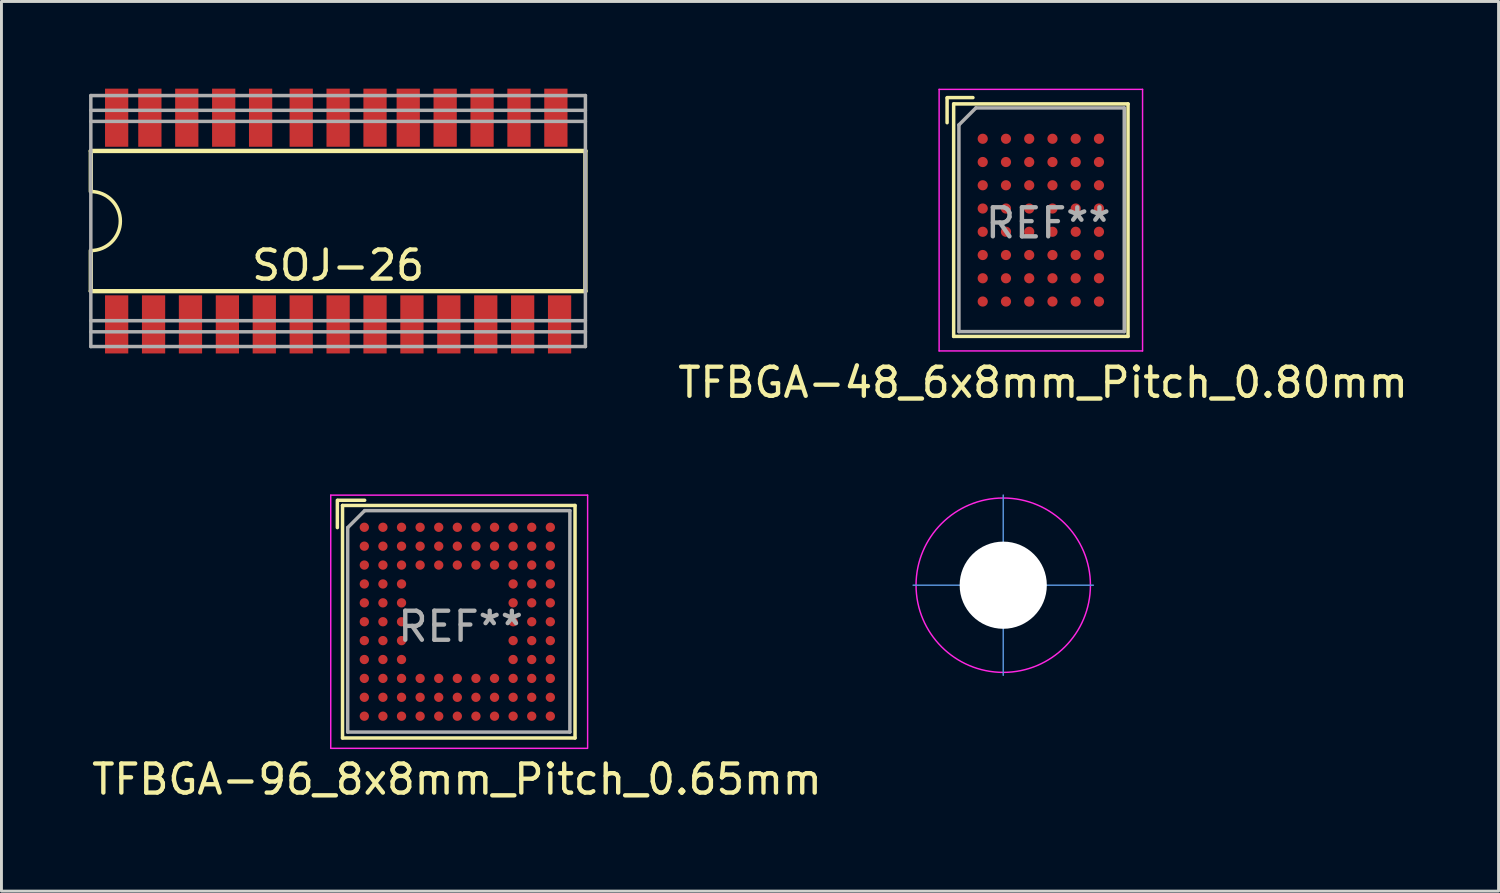
<source format=kicad_pcb>
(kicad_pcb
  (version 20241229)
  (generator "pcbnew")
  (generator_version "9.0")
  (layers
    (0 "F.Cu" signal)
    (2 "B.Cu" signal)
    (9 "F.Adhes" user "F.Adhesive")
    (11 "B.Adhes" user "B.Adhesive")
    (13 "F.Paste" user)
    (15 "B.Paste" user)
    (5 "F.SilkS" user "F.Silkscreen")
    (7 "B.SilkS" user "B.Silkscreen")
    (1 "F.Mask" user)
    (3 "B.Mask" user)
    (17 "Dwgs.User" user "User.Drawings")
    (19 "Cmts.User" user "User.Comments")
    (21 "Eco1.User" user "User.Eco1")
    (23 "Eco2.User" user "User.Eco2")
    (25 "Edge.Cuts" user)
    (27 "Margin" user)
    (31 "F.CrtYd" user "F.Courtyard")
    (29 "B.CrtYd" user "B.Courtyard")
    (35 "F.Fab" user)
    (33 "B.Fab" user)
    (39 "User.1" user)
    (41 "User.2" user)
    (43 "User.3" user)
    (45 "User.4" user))
  (footprint "z_MountNPTH_3.0mm"
    (layer "F.Cu")
    (at 31.47 17.086)
    (property "Reference" "z_MountNPTH_3.0mm" (at 0 0.125 0) (layer "F.Fab") (effects (font (size 0.1 0.1) (thickness 0.01))))
    (attr through_hole)
    (fp_line (start -3.1 0) (end 3.1 0) (stroke (width 0.05) (type solid)) (layer "Cmts.User"))
    (fp_line (start 0 -3.1) (end 0 3.1) (stroke (width 0.05) (type solid)) (layer "Cmts.User"))
    (fp_circle (center 0 0) (end 3 0) (stroke (width 0.05) (type solid)) (fill no) (layer "F.CrtYd"))
    (fp_text user "${REFERENCE}" (at 0 1.85 180) (layer "Eco1.User") (effects (font (size 0.3 0.3) (thickness 0.03))))
    (pad "" np_thru_hole circle (at 0 0) (size 3 3) (drill 3) (layers "*.Cu" "*.Mask")))
  (footprint "TFBGA-96_8x8mm_Pitch_0.65mm"
    (layer "F.Cu")
    (at 12.673 18.33)
    (property "Reference" "TFBGA-96_8x8mm_Pitch_0.65mm" (at 0 5.436 0) (layer "F.SilkS") (effects (font (size 1 1) (thickness 0.15))))
    (attr smd)
    (fp_line (start -4.115 -3.226) (end -4.115 -4.166) (stroke (width 0.12) (type solid)) (layer "F.SilkS"))
    (fp_line (start -3.937 -3.987) (end -3.937 4.013) (stroke (width 0.12) (type solid)) (layer "F.SilkS"))
    (fp_line (start -3.937 -3.987) (end 4.063 -3.987) (stroke (width 0.12) (type solid)) (layer "F.SilkS"))
    (fp_line (start -3.937 4.013) (end 4.063 4.013) (stroke (width 0.12) (type solid)) (layer "F.SilkS"))
    (fp_line (start -3.175 -4.166) (end -4.089 -4.166) (stroke (width 0.12) (type solid)) (layer "F.SilkS"))
    (fp_line (start 4.063 4.013) (end 4.063 -3.987) (stroke (width 0.12) (type solid)) (layer "F.SilkS"))
    (fp_line (start -4.343 -4.343) (end -4.343 4.369) (stroke (width 0.05) (type solid)) (layer "F.CrtYd"))
    (fp_line (start -4.343 4.369) (end 4.496 4.369) (stroke (width 0.05) (type solid)) (layer "F.CrtYd"))
    (fp_line (start 4.496 -4.343) (end -4.343 -4.343) (stroke (width 0.05) (type solid)) (layer "F.CrtYd"))
    (fp_line (start 4.496 4.343) (end 4.496 -4.343) (stroke (width 0.05) (type solid)) (layer "F.CrtYd"))
    (fp_line (start -3.759 -3.226) (end -3.759 3.81) (stroke (width 0.12) (type solid)) (layer "F.Fab"))
    (fp_line (start -3.759 3.81) (end 3.886 3.81) (stroke (width 0.12) (type solid)) (layer "F.Fab"))
    (fp_line (start -3.175 -3.81) (end -3.759 -3.226) (stroke (width 0.12) (type solid)) (layer "F.Fab"))
    (fp_line (start 3.886 -3.81) (end -3.175 -3.81) (stroke (width 0.12) (type solid)) (layer "F.Fab"))
    (fp_line (start 3.886 3.81) (end 3.886 -3.81) (stroke (width 0.12) (type solid)) (layer "F.Fab"))
    (fp_text user "REF**" (at 0.127 0.178 0) (layer "F.Fab") (effects (font (size 1 1) (thickness 0.15))))
    (pad "A1" smd circle (at -3.187 -3.237) (size 0.32 0.32) (layers "F.Cu" "F.Mask" "F.Paste"))
    (pad "A2" smd circle (at -2.547 -3.237) (size 0.32 0.32) (layers "F.Cu" "F.Mask" "F.Paste"))
    (pad "A3" smd circle (at -1.907 -3.237) (size 0.32 0.32) (layers "F.Cu" "F.Mask" "F.Paste"))
    (pad "A4" smd circle (at -1.267 -3.237) (size 0.32 0.32) (layers "F.Cu" "F.Mask" "F.Paste"))
    (pad "A5" smd circle (at -0.627 -3.237) (size 0.32 0.32) (layers "F.Cu" "F.Mask" "F.Paste"))
    (pad "A6" smd circle (at 0.013 -3.237) (size 0.32 0.32) (layers "F.Cu" "F.Mask" "F.Paste"))
    (pad "A7" smd circle (at 0.653 -3.237) (size 0.32 0.32) (layers "F.Cu" "F.Mask" "F.Paste"))
    (pad "A8" smd circle (at 1.293 -3.237) (size 0.32 0.32) (layers "F.Cu" "F.Mask" "F.Paste"))
    (pad "A9" smd circle (at 1.933 -3.237) (size 0.32 0.32) (layers "F.Cu" "F.Mask" "F.Paste"))
    (pad "A10" smd circle (at 2.573 -3.237) (size 0.32 0.32) (layers "F.Cu" "F.Mask" "F.Paste"))
    (pad "A11" smd circle (at 3.213 -3.237) (size 0.32 0.32) (layers "F.Cu" "F.Mask" "F.Paste"))
    (pad "B1" smd circle (at -3.187 -2.587) (size 0.32 0.32) (layers "F.Cu" "F.Mask" "F.Paste"))
    (pad "B2" smd circle (at -2.547 -2.587) (size 0.32 0.32) (layers "F.Cu" "F.Mask" "F.Paste"))
    (pad "B3" smd circle (at -1.907 -2.587) (size 0.32 0.32) (layers "F.Cu" "F.Mask" "F.Paste"))
    (pad "B4" smd circle (at -1.267 -2.587) (size 0.32 0.32) (layers "F.Cu" "F.Mask" "F.Paste"))
    (pad "B5" smd circle (at -0.627 -2.587) (size 0.32 0.32) (layers "F.Cu" "F.Mask" "F.Paste"))
    (pad "B6" smd circle (at 0.013 -2.587) (size 0.32 0.32) (layers "F.Cu" "F.Mask" "F.Paste"))
    (pad "B7" smd circle (at 0.653 -2.587) (size 0.32 0.32) (layers "F.Cu" "F.Mask" "F.Paste"))
    (pad "B8" smd circle (at 1.293 -2.587) (size 0.32 0.32) (layers "F.Cu" "F.Mask" "F.Paste"))
    (pad "B9" smd circle (at 1.933 -2.587) (size 0.32 0.32) (layers "F.Cu" "F.Mask" "F.Paste"))
    (pad "B10" smd circle (at 2.573 -2.587) (size 0.32 0.32) (layers "F.Cu" "F.Mask" "F.Paste"))
    (pad "B11" smd circle (at 3.213 -2.587) (size 0.32 0.32) (layers "F.Cu" "F.Mask" "F.Paste"))
    (pad "C1" smd circle (at -3.187 -1.937) (size 0.32 0.32) (layers "F.Cu" "F.Mask" "F.Paste"))
    (pad "C2" smd circle (at -2.547 -1.937) (size 0.32 0.32) (layers "F.Cu" "F.Mask" "F.Paste"))
    (pad "C3" smd circle (at -1.907 -1.937) (size 0.32 0.32) (layers "F.Cu" "F.Mask" "F.Paste"))
    (pad "C4" smd circle (at -1.267 -1.937) (size 0.32 0.32) (layers "F.Cu" "F.Mask" "F.Paste"))
    (pad "C5" smd circle (at -0.627 -1.937) (size 0.32 0.32) (layers "F.Cu" "F.Mask" "F.Paste"))
    (pad "C6" smd circle (at 0.013 -1.937) (size 0.32 0.32) (layers "F.Cu" "F.Mask" "F.Paste"))
    (pad "C7" smd circle (at 0.653 -1.937) (size 0.32 0.32) (layers "F.Cu" "F.Mask" "F.Paste"))
    (pad "C8" smd circle (at 1.293 -1.937) (size 0.32 0.32) (layers "F.Cu" "F.Mask" "F.Paste"))
    (pad "C9" smd circle (at 1.933 -1.937) (size 0.32 0.32) (layers "F.Cu" "F.Mask" "F.Paste"))
    (pad "C10" smd circle (at 2.573 -1.937) (size 0.32 0.32) (layers "F.Cu" "F.Mask" "F.Paste"))
    (pad "C11" smd circle (at 3.213 -1.937) (size 0.32 0.32) (layers "F.Cu" "F.Mask" "F.Paste"))
    (pad "D1" smd circle (at -3.187 -1.287) (size 0.32 0.32) (layers "F.Cu" "F.Mask" "F.Paste"))
    (pad "D2" smd circle (at -2.547 -1.287) (size 0.32 0.32) (layers "F.Cu" "F.Mask" "F.Paste"))
    (pad "D3" smd circle (at -1.907 -1.287) (size 0.32 0.32) (layers "F.Cu" "F.Mask" "F.Paste"))
    (pad "D9" smd circle (at 1.933 -1.287) (size 0.32 0.32) (layers "F.Cu" "F.Mask" "F.Paste"))
    (pad "D10" smd circle (at 2.573 -1.287) (size 0.32 0.32) (layers "F.Cu" "F.Mask" "F.Paste"))
    (pad "D11" smd circle (at 3.213 -1.287) (size 0.32 0.32) (layers "F.Cu" "F.Mask" "F.Paste"))
    (pad "E1" smd circle (at -3.187 -0.637) (size 0.32 0.32) (layers "F.Cu" "F.Mask" "F.Paste"))
    (pad "E2" smd circle (at -2.547 -0.637) (size 0.32 0.32) (layers "F.Cu" "F.Mask" "F.Paste"))
    (pad "E3" smd circle (at -1.907 -0.637) (size 0.32 0.32) (layers "F.Cu" "F.Mask" "F.Paste"))
    (pad "E9" smd circle (at 1.933 -0.637) (size 0.32 0.32) (layers "F.Cu" "F.Mask" "F.Paste"))
    (pad "E10" smd circle (at 2.573 -0.637) (size 0.32 0.32) (layers "F.Cu" "F.Mask" "F.Paste"))
    (pad "E11" smd circle (at 3.213 -0.637) (size 0.32 0.32) (layers "F.Cu" "F.Mask" "F.Paste"))
    (pad "F1" smd circle (at -3.187 0.013) (size 0.32 0.32) (layers "F.Cu" "F.Mask" "F.Paste"))
    (pad "F2" smd circle (at -2.547 0.013) (size 0.32 0.32) (layers "F.Cu" "F.Mask" "F.Paste"))
    (pad "F3" smd circle (at -1.907 0.013) (size 0.32 0.32) (layers "F.Cu" "F.Mask" "F.Paste"))
    (pad "F9" smd circle (at 1.933 0.013) (size 0.32 0.32) (layers "F.Cu" "F.Mask" "F.Paste"))
    (pad "F10" smd circle (at 2.573 0.013) (size 0.32 0.32) (layers "F.Cu" "F.Mask" "F.Paste"))
    (pad "F11" smd circle (at 3.213 0.013) (size 0.32 0.32) (layers "F.Cu" "F.Mask" "F.Paste"))
    (pad "G1" smd circle (at -3.187 0.663) (size 0.32 0.32) (layers "F.Cu" "F.Mask" "F.Paste"))
    (pad "G2" smd circle (at -2.547 0.663) (size 0.32 0.32) (layers "F.Cu" "F.Mask" "F.Paste"))
    (pad "G3" smd circle (at -1.907 0.663) (size 0.32 0.32) (layers "F.Cu" "F.Mask" "F.Paste"))
    (pad "G9" smd circle (at 1.933 0.663) (size 0.32 0.32) (layers "F.Cu" "F.Mask" "F.Paste"))
    (pad "G10" smd circle (at 2.573 0.663) (size 0.32 0.32) (layers "F.Cu" "F.Mask" "F.Paste"))
    (pad "G11" smd circle (at 3.213 0.663) (size 0.32 0.32) (layers "F.Cu" "F.Mask" "F.Paste"))
    (pad "H1" smd circle (at -3.187 1.313) (size 0.32 0.32) (layers "F.Cu" "F.Mask" "F.Paste"))
    (pad "H2" smd circle (at -2.547 1.313) (size 0.32 0.32) (layers "F.Cu" "F.Mask" "F.Paste"))
    (pad "H3" smd circle (at -1.907 1.313) (size 0.32 0.32) (layers "F.Cu" "F.Mask" "F.Paste"))
    (pad "H9" smd circle (at 1.933 1.313) (size 0.32 0.32) (layers "F.Cu" "F.Mask" "F.Paste"))
    (pad "H10" smd circle (at 2.573 1.313) (size 0.32 0.32) (layers "F.Cu" "F.Mask" "F.Paste"))
    (pad "H11" smd circle (at 3.213 1.313) (size 0.32 0.32) (layers "F.Cu" "F.Mask" "F.Paste"))
    (pad "J1" smd circle (at -3.187 1.963) (size 0.32 0.32) (layers "F.Cu" "F.Mask" "F.Paste"))
    (pad "J2" smd circle (at -2.547 1.963) (size 0.32 0.32) (layers "F.Cu" "F.Mask" "F.Paste"))
    (pad "J3" smd circle (at -1.907 1.963) (size 0.32 0.32) (layers "F.Cu" "F.Mask" "F.Paste"))
    (pad "J4" smd circle (at -1.267 1.963) (size 0.32 0.32) (layers "F.Cu" "F.Mask" "F.Paste"))
    (pad "J5" smd circle (at -0.627 1.963) (size 0.32 0.32) (layers "F.Cu" "F.Mask" "F.Paste"))
    (pad "J6" smd circle (at 0.013 1.963) (size 0.32 0.32) (layers "F.Cu" "F.Mask" "F.Paste"))
    (pad "J7" smd circle (at 0.653 1.963) (size 0.32 0.32) (layers "F.Cu" "F.Mask" "F.Paste"))
    (pad "J8" smd circle (at 1.293 1.963) (size 0.32 0.32) (layers "F.Cu" "F.Mask" "F.Paste"))
    (pad "J9" smd circle (at 1.933 1.963) (size 0.32 0.32) (layers "F.Cu" "F.Mask" "F.Paste"))
    (pad "J10" smd circle (at 2.573 1.963) (size 0.32 0.32) (layers "F.Cu" "F.Mask" "F.Paste"))
    (pad "J11" smd circle (at 3.213 1.963) (size 0.32 0.32) (layers "F.Cu" "F.Mask" "F.Paste"))
    (pad "K1" smd circle (at -3.187 2.613) (size 0.32 0.32) (layers "F.Cu" "F.Mask" "F.Paste"))
    (pad "K2" smd circle (at -2.547 2.613) (size 0.32 0.32) (layers "F.Cu" "F.Mask" "F.Paste"))
    (pad "K3" smd circle (at -1.907 2.613) (size 0.32 0.32) (layers "F.Cu" "F.Mask" "F.Paste"))
    (pad "K4" smd circle (at -1.267 2.613) (size 0.32 0.32) (layers "F.Cu" "F.Mask" "F.Paste"))
    (pad "K5" smd circle (at -0.627 2.613) (size 0.32 0.32) (layers "F.Cu" "F.Mask" "F.Paste"))
    (pad "K6" smd circle (at 0.013 2.613) (size 0.32 0.32) (layers "F.Cu" "F.Mask" "F.Paste"))
    (pad "K7" smd circle (at 0.653 2.613) (size 0.32 0.32) (layers "F.Cu" "F.Mask" "F.Paste"))
    (pad "K8" smd circle (at 1.293 2.613) (size 0.32 0.32) (layers "F.Cu" "F.Mask" "F.Paste"))
    (pad "K9" smd circle (at 1.933 2.613) (size 0.32 0.32) (layers "F.Cu" "F.Mask" "F.Paste"))
    (pad "K10" smd circle (at 2.573 2.613) (size 0.32 0.32) (layers "F.Cu" "F.Mask" "F.Paste"))
    (pad "K11" smd circle (at 3.213 2.613) (size 0.32 0.32) (layers "F.Cu" "F.Mask" "F.Paste"))
    (pad "L1" smd circle (at -3.187 3.263) (size 0.32 0.32) (layers "F.Cu" "F.Mask" "F.Paste"))
    (pad "L2" smd circle (at -2.547 3.263) (size 0.32 0.32) (layers "F.Cu" "F.Mask" "F.Paste"))
    (pad "L3" smd circle (at -1.907 3.263) (size 0.32 0.32) (layers "F.Cu" "F.Mask" "F.Paste"))
    (pad "L4" smd circle (at -1.267 3.263) (size 0.32 0.32) (layers "F.Cu" "F.Mask" "F.Paste"))
    (pad "L5" smd circle (at -0.627 3.263) (size 0.32 0.32) (layers "F.Cu" "F.Mask" "F.Paste"))
    (pad "L6" smd circle (at 0.013 3.263) (size 0.32 0.32) (layers "F.Cu" "F.Mask" "F.Paste"))
    (pad "L7" smd circle (at 0.653 3.263) (size 0.32 0.32) (layers "F.Cu" "F.Mask" "F.Paste"))
    (pad "L8" smd circle (at 1.293 3.263) (size 0.32 0.32) (layers "F.Cu" "F.Mask" "F.Paste"))
    (pad "L9" smd circle (at 1.933 3.263) (size 0.32 0.32) (layers "F.Cu" "F.Mask" "F.Paste"))
    (pad "L10" smd circle (at 2.573 3.263) (size 0.32 0.32) (layers "F.Cu" "F.Mask" "F.Paste"))
    (pad "L11" smd circle (at 3.213 3.263) (size 0.32 0.32) (layers "F.Cu" "F.Mask" "F.Paste")))
  (footprint "TFBGA-48_6x8mm_Pitch_0.80mm"
    (layer "F.Cu")
    (at 32.764 4.525)
    (property "Reference" "TFBGA-48_6x8mm_Pitch_0.80mm" (at 0.076 5.588 0) (layer "F.SilkS") (effects (font (size 1 1) (thickness 0.15))))
    (attr smd)
    (fp_line (start -3.226 -4.216) (end -2.337 -4.216) (stroke (width 0.12) (type solid)) (layer "F.SilkS"))
    (fp_line (start -3.226 -3.353) (end -3.226 -4.191) (stroke (width 0.12) (type solid)) (layer "F.SilkS"))
    (fp_line (start -3 -4) (end 3 -4) (stroke (width 0.12) (type solid)) (layer "F.SilkS"))
    (fp_line (start -3 4) (end -3 -4) (stroke (width 0.12) (type solid)) (layer "F.SilkS"))
    (fp_line (start -3 4) (end 3 4) (stroke (width 0.12) (type solid)) (layer "F.SilkS"))
    (fp_line (start 3 4) (end 3 -4) (stroke (width 0.12) (type solid)) (layer "F.SilkS"))
    (fp_line (start -3.5 -4.5) (end -3.5 4.5) (stroke (width 0.05) (type solid)) (layer "F.CrtYd"))
    (fp_line (start -3.5 4.5) (end 3.5 4.5) (stroke (width 0.05) (type solid)) (layer "F.CrtYd"))
    (fp_line (start 3.5 -4.5) (end -3.5 -4.5) (stroke (width 0.05) (type solid)) (layer "F.CrtYd"))
    (fp_line (start 3.5 4.5) (end 3.5 -4.5) (stroke (width 0.05) (type solid)) (layer "F.CrtYd"))
    (fp_line (start -2.819 -3.277) (end -2.819 3.835) (stroke (width 0.12) (type solid)) (layer "F.Fab"))
    (fp_line (start -2.819 3.835) (end 2.87 3.835) (stroke (width 0.12) (type solid)) (layer "F.Fab"))
    (fp_line (start -2.235 -3.861) (end -2.819 -3.277) (stroke (width 0.12) (type solid)) (layer "F.Fab"))
    (fp_line (start 2.87 -3.861) (end -2.235 -3.861) (stroke (width 0.12) (type solid)) (layer "F.Fab"))
    (fp_line (start 2.87 3.835) (end 2.87 -3.861) (stroke (width 0.12) (type solid)) (layer "F.Fab"))
    (fp_text user "REF**" (at 0.254 0.102 0) (layer "F.Fab") (effects (font (size 1 1) (thickness 0.15))))
    (pad "A1" smd circle (at -2 -2.8) (size 0.35 0.35) (layers "F.Cu" "F.Mask" "F.Paste"))
    (pad "A2" smd circle (at -1.2 -2.8) (size 0.35 0.35) (layers "F.Cu" "F.Mask" "F.Paste"))
    (pad "A3" smd circle (at -0.4 -2.8) (size 0.35 0.35) (layers "F.Cu" "F.Mask" "F.Paste"))
    (pad "A4" smd circle (at 0.4 -2.8) (size 0.35 0.35) (layers "F.Cu" "F.Mask" "F.Paste"))
    (pad "A5" smd circle (at 1.2 -2.8) (size 0.35 0.35) (layers "F.Cu" "F.Mask" "F.Paste"))
    (pad "A6" smd circle (at 2 -2.8) (size 0.35 0.35) (layers "F.Cu" "F.Mask" "F.Paste"))
    (pad "B1" smd circle (at -2 -2) (size 0.35 0.35) (layers "F.Cu" "F.Mask" "F.Paste"))
    (pad "B2" smd circle (at -1.2 -2) (size 0.35 0.35) (layers "F.Cu" "F.Mask" "F.Paste"))
    (pad "B3" smd circle (at -0.4 -2) (size 0.35 0.35) (layers "F.Cu" "F.Mask" "F.Paste"))
    (pad "B4" smd circle (at 0.4 -2) (size 0.35 0.35) (layers "F.Cu" "F.Mask" "F.Paste"))
    (pad "B5" smd circle (at 1.2 -2) (size 0.35 0.35) (layers "F.Cu" "F.Mask" "F.Paste"))
    (pad "B6" smd circle (at 2 -2) (size 0.35 0.35) (layers "F.Cu" "F.Mask" "F.Paste"))
    (pad "C1" smd circle (at -2 -1.2) (size 0.35 0.35) (layers "F.Cu" "F.Mask" "F.Paste"))
    (pad "C2" smd circle (at -1.2 -1.2) (size 0.35 0.35) (layers "F.Cu" "F.Mask" "F.Paste"))
    (pad "C3" smd circle (at -0.4 -1.2) (size 0.35 0.35) (layers "F.Cu" "F.Mask" "F.Paste"))
    (pad "C4" smd circle (at 0.4 -1.2) (size 0.35 0.35) (layers "F.Cu" "F.Mask" "F.Paste"))
    (pad "C5" smd circle (at 1.2 -1.2) (size 0.35 0.35) (layers "F.Cu" "F.Mask" "F.Paste"))
    (pad "C6" smd circle (at 2 -1.2) (size 0.35 0.35) (layers "F.Cu" "F.Mask" "F.Paste"))
    (pad "D1" smd circle (at -2 -0.4) (size 0.35 0.35) (layers "F.Cu" "F.Mask" "F.Paste"))
    (pad "D2" smd circle (at -1.2 -0.4) (size 0.35 0.35) (layers "F.Cu" "F.Mask" "F.Paste"))
    (pad "D3" smd circle (at -0.4 -0.4) (size 0.35 0.35) (layers "F.Cu" "F.Mask" "F.Paste"))
    (pad "D4" smd circle (at 0.4 -0.4) (size 0.35 0.35) (layers "F.Cu" "F.Mask" "F.Paste"))
    (pad "D5" smd circle (at 1.2 -0.4) (size 0.35 0.35) (layers "F.Cu" "F.Mask" "F.Paste"))
    (pad "D6" smd circle (at 2 -0.4) (size 0.35 0.35) (layers "F.Cu" "F.Mask" "F.Paste"))
    (pad "E1" smd circle (at -2 0.4) (size 0.35 0.35) (layers "F.Cu" "F.Mask" "F.Paste"))
    (pad "E2" smd circle (at -1.2 0.4) (size 0.35 0.35) (layers "F.Cu" "F.Mask" "F.Paste"))
    (pad "E3" smd circle (at -0.4 0.4) (size 0.35 0.35) (layers "F.Cu" "F.Mask" "F.Paste"))
    (pad "E4" smd circle (at 0.4 0.4) (size 0.35 0.35) (layers "F.Cu" "F.Mask" "F.Paste"))
    (pad "E5" smd circle (at 1.2 0.4) (size 0.35 0.35) (layers "F.Cu" "F.Mask" "F.Paste"))
    (pad "E6" smd circle (at 2 0.4) (size 0.35 0.35) (layers "F.Cu" "F.Mask" "F.Paste"))
    (pad "F1" smd circle (at -2 1.2) (size 0.35 0.35) (layers "F.Cu" "F.Mask" "F.Paste"))
    (pad "F2" smd circle (at -1.2 1.2) (size 0.35 0.35) (layers "F.Cu" "F.Mask" "F.Paste"))
    (pad "F3" smd circle (at -0.4 1.2) (size 0.35 0.35) (layers "F.Cu" "F.Mask" "F.Paste"))
    (pad "F4" smd circle (at 0.4 1.2) (size 0.35 0.35) (layers "F.Cu" "F.Mask" "F.Paste"))
    (pad "F5" smd circle (at 1.2 1.2) (size 0.35 0.35) (layers "F.Cu" "F.Mask" "F.Paste"))
    (pad "F6" smd circle (at 2 1.2) (size 0.35 0.35) (layers "F.Cu" "F.Mask" "F.Paste"))
    (pad "G1" smd circle (at -2 2) (size 0.35 0.35) (layers "F.Cu" "F.Mask" "F.Paste"))
    (pad "G2" smd circle (at -1.2 2) (size 0.35 0.35) (layers "F.Cu" "F.Mask" "F.Paste"))
    (pad "G3" smd circle (at -0.4 2) (size 0.35 0.35) (layers "F.Cu" "F.Mask" "F.Paste"))
    (pad "G4" smd circle (at 0.4 2) (size 0.35 0.35) (layers "F.Cu" "F.Mask" "F.Paste"))
    (pad "G5" smd circle (at 1.2 2) (size 0.35 0.35) (layers "F.Cu" "F.Mask" "F.Paste"))
    (pad "G6" smd circle (at 2 2) (size 0.35 0.35) (layers "F.Cu" "F.Mask" "F.Paste"))
    (pad "H1" smd circle (at -2 2.8) (size 0.35 0.35) (layers "F.Cu" "F.Mask" "F.Paste"))
    (pad "H2" smd circle (at -1.2 2.8) (size 0.35 0.35) (layers "F.Cu" "F.Mask" "F.Paste"))
    (pad "H3" smd circle (at -0.4 2.8) (size 0.35 0.35) (layers "F.Cu" "F.Mask" "F.Paste"))
    (pad "H4" smd circle (at 0.4 2.8) (size 0.35 0.35) (layers "F.Cu" "F.Mask" "F.Paste"))
    (pad "H5" smd circle (at 1.2 2.8) (size 0.35 0.35) (layers "F.Cu" "F.Mask" "F.Paste"))
    (pad "H6" smd circle (at 2 2.8) (size 0.35 0.35) (layers "F.Cu" "F.Mask" "F.Paste")))
  (footprint "SOJ-26"
    (layer "F.Cu")
    (at 8.584 4.556)
    (property "Reference" "SOJ-26" (at 0 1.524 0) (layer "F.SilkS") (effects (font (size 1 1) (thickness 0.15))))
    (attr smd)
    (fp_line (start -8.509 -2.413) (end 8.509 -2.413) (stroke (width 0.15) (type solid)) (layer "F.SilkS"))
    (fp_line (start -8.509 -1.016) (end -8.509 -2.413) (stroke (width 0.15) (type solid)) (layer "F.SilkS"))
    (fp_line (start -8.509 2.413) (end -8.509 1.016) (stroke (width 0.15) (type solid)) (layer "F.SilkS"))
    (fp_line (start 8.509 -2.413) (end 8.509 2.413) (stroke (width 0.15) (type solid)) (layer "F.SilkS"))
    (fp_line (start 8.509 2.413) (end -8.509 2.413) (stroke (width 0.15) (type solid)) (layer "F.SilkS"))
    (fp_arc (start -8.509 -1.016) (mid -7.493 0) (end -8.509 1.016) (stroke (width 0.12) (type solid)) (layer "F.SilkS"))
    (fp_line (start -8.509 -3.429) (end 8.509 -3.429) (stroke (width 0.12) (type solid)) (layer "F.Fab"))
    (fp_line (start -8.509 3.429) (end 8.509 3.429) (stroke (width 0.12) (type solid)) (layer "F.Fab"))
    (fp_line (start -8.509 4.318) (end -8.509 -4.318) (stroke (width 0.12) (type solid)) (layer "F.Fab"))
    (fp_line (start 8.509 -4.318) (end -8.509 -4.318) (stroke (width 0.12) (type solid)) (layer "F.Fab"))
    (fp_line (start 8.509 -3.81) (end -8.509 -3.81) (stroke (width 0.12) (type solid)) (layer "F.Fab"))
    (fp_line (start 8.509 3.81) (end -8.509 3.81) (stroke (width 0.12) (type solid)) (layer "F.Fab"))
    (fp_line (start 8.509 4.318) (end -8.509 4.318) (stroke (width 0.12) (type solid)) (layer "F.Fab"))
    (fp_line (start 8.509 4.318) (end 8.509 -4.318) (stroke (width 0.12) (type solid)) (layer "F.Fab"))
    (pad "1" smd rect (at -7.62 3.556) (size 0.8 2) (layers "F.Cu" "F.Mask" "F.Paste"))
    (pad "2" smd rect (at -6.35 3.556) (size 0.8 2) (layers "F.Cu" "F.Mask" "F.Paste"))
    (pad "3" smd rect (at -5.08 3.556) (size 0.8 2) (layers "F.Cu" "F.Mask" "F.Paste"))
    (pad "4" smd rect (at -3.81 3.556) (size 0.8 2) (layers "F.Cu" "F.Mask" "F.Paste"))
    (pad "5" smd rect (at -2.54 3.556) (size 0.8 2) (layers "F.Cu" "F.Mask" "F.Paste"))
    (pad "6" smd rect (at -1.27 3.556) (size 0.8 2) (layers "F.Cu" "F.Mask" "F.Paste"))
    (pad "7" smd rect (at 0 3.556) (size 0.8 2) (layers "F.Cu" "F.Mask" "F.Paste"))
    (pad "8" smd rect (at 1.27 3.556) (size 0.8 2) (layers "F.Cu" "F.Mask" "F.Paste"))
    (pad "9" smd rect (at 2.54 3.556) (size 0.8 2) (layers "F.Cu" "F.Mask" "F.Paste"))
    (pad "10" smd rect (at 3.81 3.556) (size 0.8 2) (layers "F.Cu" "F.Mask" "F.Paste"))
    (pad "11" smd rect (at 5.08 3.556) (size 0.8 2) (layers "F.Cu" "F.Mask" "F.Paste"))
    (pad "12" smd rect (at 6.35 3.556) (size 0.8 2) (layers "F.Cu" "F.Mask" "F.Paste"))
    (pad "13" smd rect (at 7.62 3.556) (size 0.8 2) (layers "F.Cu" "F.Mask" "F.Paste"))
    (pad "14" smd rect (at 7.493 -3.556) (size 0.8 2) (layers "F.Cu" "F.Mask" "F.Paste"))
    (pad "15" smd rect (at 6.223 -3.556) (size 0.8 2) (layers "F.Cu" "F.Mask" "F.Paste"))
    (pad "16" smd rect (at 4.953 -3.556) (size 0.8 2) (layers "F.Cu" "F.Mask" "F.Paste"))
    (pad "17" smd rect (at 3.683 -3.556) (size 0.8 2) (layers "F.Cu" "F.Mask" "F.Paste"))
    (pad "18" smd rect (at 2.413 -3.556) (size 0.8 2) (layers "F.Cu" "F.Mask" "F.Paste"))
    (pad "19" smd rect (at 1.27 -3.556) (size 0.8 2) (layers "F.Cu" "F.Mask" "F.Paste"))
    (pad "20" smd rect (at 0 -3.556) (size 0.8 2) (layers "F.Cu" "F.Mask" "F.Paste"))
    (pad "21" smd rect (at -1.27 -3.556) (size 0.8 2) (layers "F.Cu" "F.Mask" "F.Paste"))
    (pad "22" smd rect (at -2.667 -3.556) (size 0.8 2) (layers "F.Cu" "F.Mask" "F.Paste"))
    (pad "23" smd rect (at -3.937 -3.556) (size 0.8 2) (layers "F.Cu" "F.Mask" "F.Paste"))
    (pad "24" smd rect (at -5.207 -3.556) (size 0.8 2) (layers "F.Cu" "F.Mask" "F.Paste"))
    (pad "25" smd rect (at -6.477 -3.556) (size 0.8 2) (layers "F.Cu" "F.Mask" "F.Paste"))
    (pad "26" smd rect (at -7.62 -3.556) (size 0.8 2) (layers "F.Cu" "F.Mask" "F.Paste")))
  (gr_rect
    (start -3 -3)
    (end 48.513 27.613)
    (stroke (width 0.1) (type default))
    (fill no)
    (layer "Edge.Cuts")))
</source>
